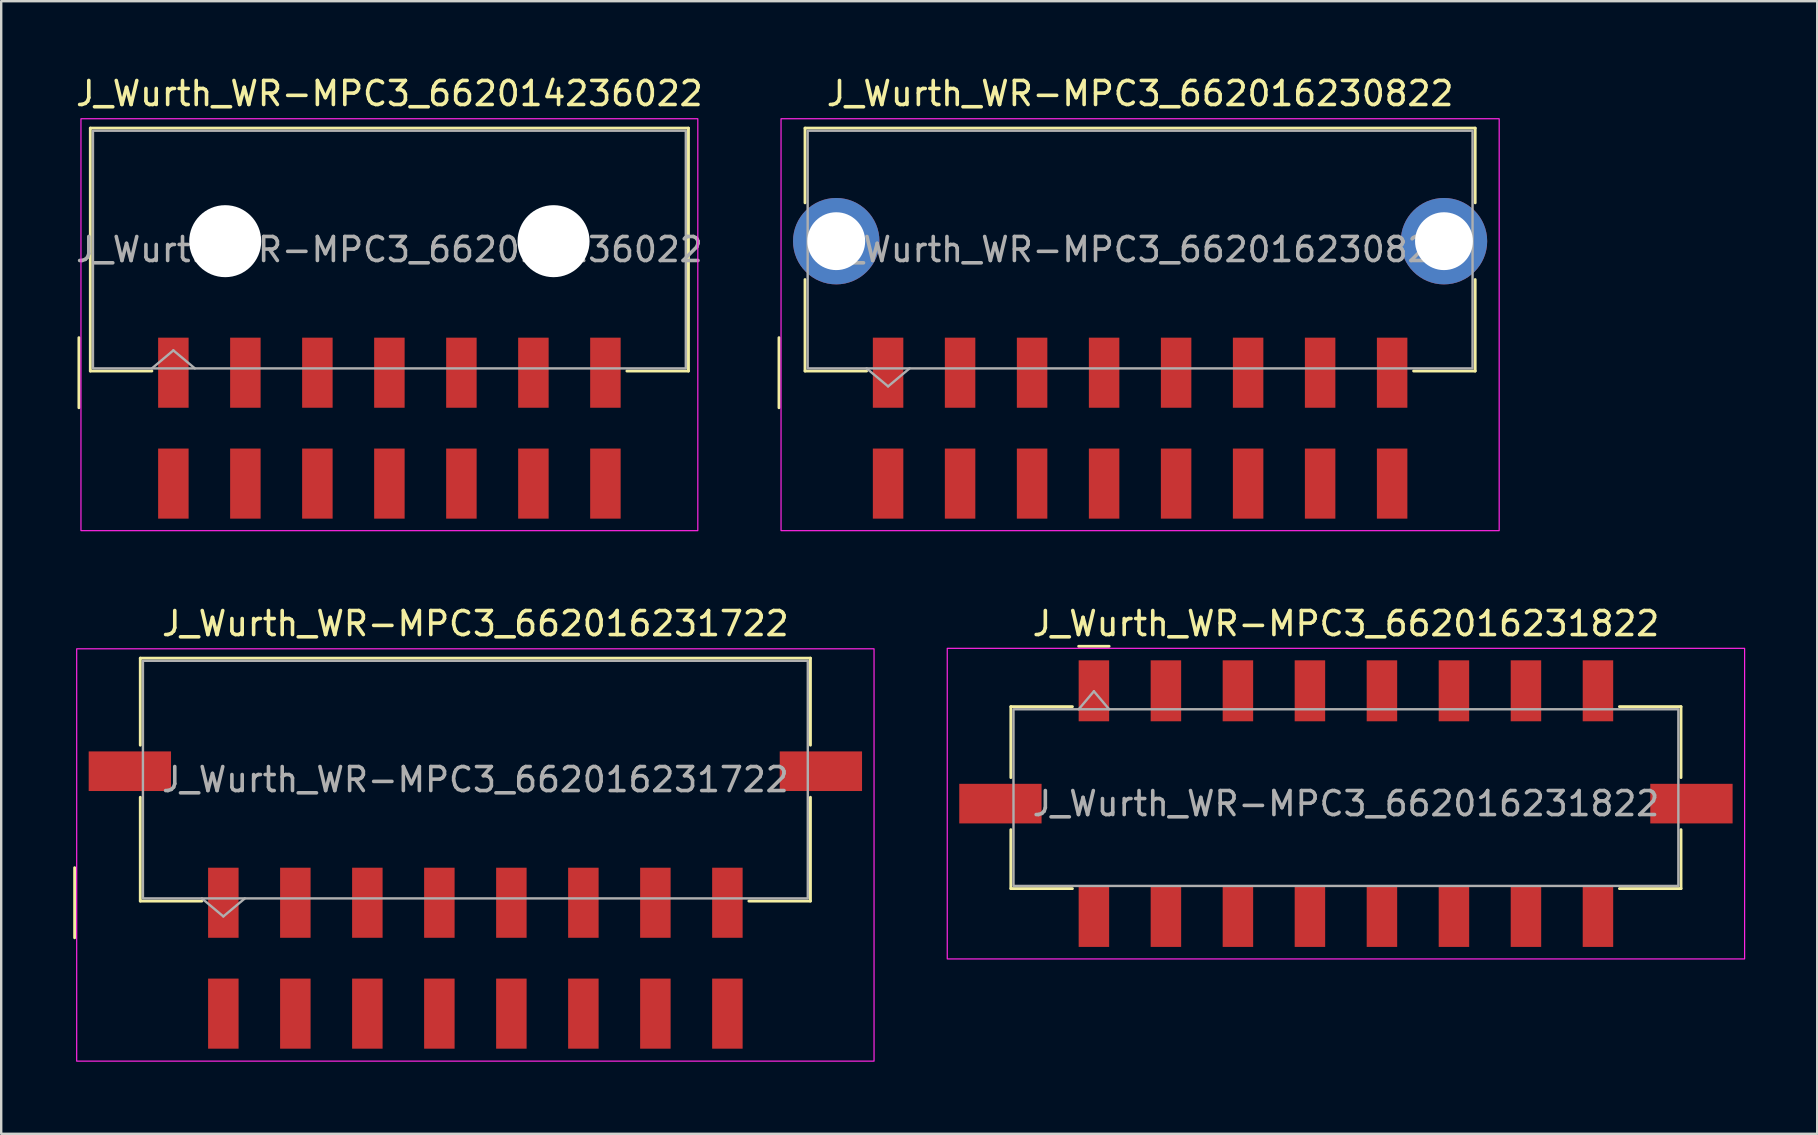
<source format=kicad_pcb>
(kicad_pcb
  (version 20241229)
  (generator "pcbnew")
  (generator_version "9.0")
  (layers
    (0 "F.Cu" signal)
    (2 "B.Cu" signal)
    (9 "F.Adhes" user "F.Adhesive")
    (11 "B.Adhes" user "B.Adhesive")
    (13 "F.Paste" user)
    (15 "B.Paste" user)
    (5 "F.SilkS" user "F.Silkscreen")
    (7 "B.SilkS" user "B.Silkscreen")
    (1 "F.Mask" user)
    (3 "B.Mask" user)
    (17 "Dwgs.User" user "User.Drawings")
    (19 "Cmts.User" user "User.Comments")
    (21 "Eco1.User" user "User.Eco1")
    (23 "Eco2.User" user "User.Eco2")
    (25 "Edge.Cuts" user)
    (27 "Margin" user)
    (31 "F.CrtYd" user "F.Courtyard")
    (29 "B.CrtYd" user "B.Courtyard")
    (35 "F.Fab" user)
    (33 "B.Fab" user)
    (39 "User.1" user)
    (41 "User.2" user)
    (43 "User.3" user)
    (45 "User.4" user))
  (footprint "J_Wurth_WR-MPC3_662014236022"
    (layer "F.Cu")
    (at 13.173 7.348)
    (property "Reference" "J_Wurth_WR-MPC3_662014236022" (at 0 -6.5 0) (unlocked yes) (layer "F.SilkS") (effects (font (size 1 1) (thickness 0.15))))
    (attr smd)
    (fp_line (start -12.935 3.67) (end -12.935 6.59) (stroke (width 0.12) (type solid)) (layer "F.SilkS"))
    (fp_line (start -12.46 -5.06) (end 12.46 -5.06) (stroke (width 0.12) (type default)) (layer "F.SilkS"))
    (fp_line (start -12.46 5.06) (end -12.46 -5.06) (stroke (width 0.12) (type default)) (layer "F.SilkS"))
    (fp_line (start -9.895 5.06) (end -12.46 5.06) (stroke (width 0.12) (type solid)) (layer "F.SilkS"))
    (fp_line (start 12.46 -5.06) (end 12.46 5.06) (stroke (width 0.12) (type default)) (layer "F.SilkS"))
    (fp_line (start 12.46 5.06) (end 9.895 5.06) (stroke (width 0.12) (type solid)) (layer "F.SilkS"))
    (fp_rect (start -12.85 -5.45) (end 12.85 11.71) (stroke (width 0.05) (type solid)) (fill no) (layer "F.CrtYd"))
    (fp_line (start -9 4.2) (end -9.895 4.95) (stroke (width 0.1) (type solid)) (layer "F.Fab"))
    (fp_line (start -9 4.2) (end -8.105 4.95) (stroke (width 0.1) (type solid)) (layer "F.Fab"))
    (fp_rect (start -12.35 -4.95) (end 12.35 4.95) (stroke (width 0.1) (type solid)) (fill no) (layer "F.Fab"))
    (fp_text user "${REFERENCE}" (at 0 0 0) (unlocked yes) (layer "F.Fab") (effects (font (size 1 1) (thickness 0.15))))
    (pad "" np_thru_hole circle (at -6.84 -0.35 180) (size 3 3) (drill 3) (layers "*.Cu" "*.Mask"))
    (pad "" np_thru_hole circle (at 6.84 -0.35 180) (size 3 3) (drill 3) (layers "*.Cu" "*.Mask"))
    (pad "1" smd rect (at -9 5.13 180) (size 1.27 2.92) (layers "F.Cu" "F.Mask" "F.Paste"))
    (pad "2" smd rect (at -6 5.13 180) (size 1.27 2.92) (layers "F.Cu" "F.Mask" "F.Paste"))
    (pad "3" smd rect (at -3 5.13 180) (size 1.27 2.92) (layers "F.Cu" "F.Mask" "F.Paste"))
    (pad "4" smd rect (at 0 5.13 180) (size 1.27 2.92) (layers "F.Cu" "F.Mask" "F.Paste"))
    (pad "5" smd rect (at 3 5.13 180) (size 1.27 2.92) (layers "F.Cu" "F.Mask" "F.Paste"))
    (pad "6" smd rect (at 6 5.13 180) (size 1.27 2.92) (layers "F.Cu" "F.Mask" "F.Paste"))
    (pad "7" smd rect (at 9 5.13 180) (size 1.27 2.92) (layers "F.Cu" "F.Mask" "F.Paste"))
    (pad "8" smd rect (at -9 9.75 180) (size 1.27 2.92) (layers "F.Cu" "F.Mask" "F.Paste"))
    (pad "9" smd rect (at -6 9.75 180) (size 1.27 2.92) (layers "F.Cu" "F.Mask" "F.Paste"))
    (pad "10" smd rect (at -3 9.75 180) (size 1.27 2.92) (layers "F.Cu" "F.Mask" "F.Paste"))
    (pad "11" smd rect (at 0 9.75 180) (size 1.27 2.92) (layers "F.Cu" "F.Mask" "F.Paste"))
    (pad "12" smd rect (at 3 9.75 180) (size 1.27 2.92) (layers "F.Cu" "F.Mask" "F.Paste"))
    (pad "13" smd rect (at 6 9.75 180) (size 1.27 2.92) (layers "F.Cu" "F.Mask" "F.Paste"))
    (pad "14" smd rect (at 9 9.75 180) (size 1.27 2.92) (layers "F.Cu" "F.Mask" "F.Paste")))
  (footprint "J_Wurth_WR-MPC3_662016231822"
    (layer "F.Cu")
    (at 53.025 30.431)
    (property "Reference" "J_Wurth_WR-MPC3_662016231822" (at 0 -7.5 0) (unlocked yes) (layer "F.SilkS") (effects (font (size 1 1) (thickness 0.15))))
    (attr smd)
    (fp_line (start -13.96 -4.04) (end -11.395 -4.04) (stroke (width 0.12) (type solid)) (layer "F.SilkS"))
    (fp_line (start -13.96 -1.085) (end -13.96 -4.04) (stroke (width 0.12) (type solid)) (layer "F.SilkS"))
    (fp_line (start -13.96 3.54) (end -13.96 1.085) (stroke (width 0.12) (type solid)) (layer "F.SilkS"))
    (fp_line (start -13.96 3.54) (end -11.395 3.54) (stroke (width 0.12) (type solid)) (layer "F.SilkS"))
    (fp_line (start -11.135 -6.555) (end -9.865 -6.555) (stroke (width 0.12) (type solid)) (layer "F.SilkS"))
    (fp_line (start 11.395 -4.04) (end 13.96 -4.04) (stroke (width 0.12) (type solid)) (layer "F.SilkS"))
    (fp_line (start 11.395 3.54) (end 13.96 3.54) (stroke (width 0.12) (type solid)) (layer "F.SilkS"))
    (fp_line (start 13.96 -1.085) (end 13.96 -4.04) (stroke (width 0.12) (type solid)) (layer "F.SilkS"))
    (fp_line (start 13.96 3.54) (end 13.96 1.085) (stroke (width 0.12) (type solid)) (layer "F.SilkS"))
    (fp_rect (start -16.61 -6.47) (end 16.61 6.47) (stroke (width 0.05) (type solid)) (fill no) (layer "F.CrtYd"))
    (fp_line (start -10.5 -4.68) (end -11.135 -3.93) (stroke (width 0.1) (type solid)) (layer "F.Fab"))
    (fp_line (start -10.5 -4.68) (end -9.865 -3.93) (stroke (width 0.1) (type solid)) (layer "F.Fab"))
    (fp_rect (start -13.85 -3.93) (end 13.85 3.43) (stroke (width 0.1) (type solid)) (fill no) (layer "F.Fab"))
    (fp_text user "${REFERENCE}" (at 0 0 0) (unlocked yes) (layer "F.Fab") (effects (font (size 1 1) (thickness 0.15))))
    (pad "1" smd rect (at -10.5 -4.7 180) (size 1.27 2.54) (layers "F.Cu" "F.Mask" "F.Paste"))
    (pad "2" smd rect (at -7.5 -4.7 180) (size 1.27 2.54) (layers "F.Cu" "F.Mask" "F.Paste"))
    (pad "3" smd rect (at -4.5 -4.7 180) (size 1.27 2.54) (layers "F.Cu" "F.Mask" "F.Paste"))
    (pad "4" smd rect (at -1.5 -4.7 180) (size 1.27 2.54) (layers "F.Cu" "F.Mask" "F.Paste"))
    (pad "5" smd rect (at 1.5 -4.7 180) (size 1.27 2.54) (layers "F.Cu" "F.Mask" "F.Paste"))
    (pad "6" smd rect (at 4.5 -4.7 180) (size 1.27 2.54) (layers "F.Cu" "F.Mask" "F.Paste"))
    (pad "7" smd rect (at 7.5 -4.7 180) (size 1.27 2.54) (layers "F.Cu" "F.Mask" "F.Paste"))
    (pad "8" smd rect (at 10.5 -4.7 180) (size 1.27 2.54) (layers "F.Cu" "F.Mask" "F.Paste"))
    (pad "9" smd rect (at -10.5 4.7 180) (size 1.27 2.54) (layers "F.Cu" "F.Mask" "F.Paste"))
    (pad "10" smd rect (at -7.5 4.7 180) (size 1.27 2.54) (layers "F.Cu" "F.Mask" "F.Paste"))
    (pad "11" smd rect (at -4.5 4.7 180) (size 1.27 2.54) (layers "F.Cu" "F.Mask" "F.Paste"))
    (pad "12" smd rect (at -1.5 4.7 180) (size 1.27 2.54) (layers "F.Cu" "F.Mask" "F.Paste"))
    (pad "13" smd rect (at 1.5 4.7 180) (size 1.27 2.54) (layers "F.Cu" "F.Mask" "F.Paste"))
    (pad "14" smd rect (at 4.5 4.7 180) (size 1.27 2.54) (layers "F.Cu" "F.Mask" "F.Paste"))
    (pad "15" smd rect (at 7.5 4.7 180) (size 1.27 2.54) (layers "F.Cu" "F.Mask" "F.Paste"))
    (pad "16" smd rect (at 10.5 4.7 180) (size 1.27 2.54) (layers "F.Cu" "F.Mask" "F.Paste"))
    (pad "MP1" smd rect (at 14.395 0 180) (size 3.43 1.65) (layers "F.Cu" "F.Mask" "F.Paste"))
    (pad "MP2" smd rect (at -14.395 0 180) (size 3.43 1.65) (layers "F.Cu" "F.Mask" "F.Paste")))
  (footprint "J_Wurth_WR-MPC3_662016230822"
    (layer "F.Cu")
    (at 44.45 7.348)
    (property "Reference" "J_Wurth_WR-MPC3_662016230822" (at 0 -6.5 0) (unlocked yes) (layer "F.SilkS") (effects (font (size 1 1) (thickness 0.15))))
    (attr smd)
    (fp_line (start -15.045 6.59) (end -15.045 3.67) (stroke (width 0.12) (type solid)) (layer "F.SilkS"))
    (fp_line (start -13.96 -5.06) (end 13.96 -5.06) (stroke (width 0.12) (type solid)) (layer "F.SilkS"))
    (fp_line (start -13.96 -1.948) (end -13.96 -5.06) (stroke (width 0.12) (type solid)) (layer "F.SilkS"))
    (fp_line (start -13.96 1.248) (end -13.96 5.06) (stroke (width 0.12) (type solid)) (layer "F.SilkS"))
    (fp_line (start -11.395 5.06) (end -13.96 5.06) (stroke (width 0.12) (type solid)) (layer "F.SilkS"))
    (fp_line (start 11.395 5.06) (end 13.96 5.06) (stroke (width 0.12) (type solid)) (layer "F.SilkS"))
    (fp_line (start 13.96 -1.948) (end 13.96 -5.06) (stroke (width 0.12) (type solid)) (layer "F.SilkS"))
    (fp_line (start 13.96 1.248) (end 13.96 5.06) (stroke (width 0.12) (type solid)) (layer "F.SilkS"))
    (fp_rect (start -14.96 -5.45) (end 14.96 11.71) (stroke (width 0.05) (type solid)) (fill no) (layer "F.CrtYd"))
    (fp_line (start -10.5 5.7) (end -11.395 4.95) (stroke (width 0.1) (type solid)) (layer "F.Fab"))
    (fp_line (start -10.5 5.7) (end -9.605 4.95) (stroke (width 0.1) (type solid)) (layer "F.Fab"))
    (fp_rect (start -13.85 -4.95) (end 13.85 4.95) (stroke (width 0.1) (type solid)) (fill no) (layer "F.Fab"))
    (fp_text user "${REFERENCE}" (at 0 0 0) (unlocked yes) (layer "F.Fab") (effects (font (size 1 1) (thickness 0.15))))
    (pad "1" smd rect (at -10.5 5.13 270) (size 2.92 1.27) (layers "F.Cu" "F.Mask" "F.Paste"))
    (pad "2" smd rect (at -7.5 5.13 270) (size 2.92 1.27) (layers "F.Cu" "F.Mask" "F.Paste"))
    (pad "3" smd rect (at -4.5 5.13 270) (size 2.92 1.27) (layers "F.Cu" "F.Mask" "F.Paste"))
    (pad "4" smd rect (at -1.5 5.13 270) (size 2.92 1.27) (layers "F.Cu" "F.Mask" "F.Paste"))
    (pad "5" smd rect (at 1.5 5.13 270) (size 2.92 1.27) (layers "F.Cu" "F.Mask" "F.Paste"))
    (pad "6" smd rect (at 4.5 5.13 270) (size 2.92 1.27) (layers "F.Cu" "F.Mask" "F.Paste"))
    (pad "7" smd rect (at 7.5 5.13 270) (size 2.92 1.27) (layers "F.Cu" "F.Mask" "F.Paste"))
    (pad "8" smd rect (at 10.5 5.13 270) (size 2.92 1.27) (layers "F.Cu" "F.Mask" "F.Paste"))
    (pad "9" smd rect (at -10.5 9.75 270) (size 2.92 1.27) (layers "F.Cu" "F.Mask" "F.Paste"))
    (pad "10" smd rect (at -7.5 9.75 270) (size 2.92 1.27) (layers "F.Cu" "F.Mask" "F.Paste"))
    (pad "11" smd rect (at -4.5 9.75 270) (size 2.92 1.27) (layers "F.Cu" "F.Mask" "F.Paste"))
    (pad "12" smd rect (at -1.5 9.75 270) (size 2.92 1.27) (layers "F.Cu" "F.Mask" "F.Paste"))
    (pad "13" smd rect (at 1.5 9.75 270) (size 2.92 1.27) (layers "F.Cu" "F.Mask" "F.Paste"))
    (pad "14" smd rect (at 4.5 9.75 270) (size 2.92 1.27) (layers "F.Cu" "F.Mask" "F.Paste"))
    (pad "15" smd rect (at 7.5 9.75 270) (size 2.92 1.27) (layers "F.Cu" "F.Mask" "F.Paste"))
    (pad "16" smd rect (at 10.5 9.75 270) (size 2.92 1.27) (layers "F.Cu" "F.Mask" "F.Paste"))
    (pad "Z1" thru_hole circle (at 12.66 -0.35 180) (size 3.6 3.6) (drill 2.41) (layers "*.Cu" "*.Mask"))
    (pad "Z2" thru_hole circle (at -12.66 -0.35 180) (size 3.6 3.6) (drill 2.41) (layers "*.Cu" "*.Mask")))
  (footprint "J_Wurth_WR-MPC3_662016231722"
    (layer "F.Cu")
    (at 16.755 29.431)
    (property "Reference" "J_Wurth_WR-MPC3_662016231722" (at 0 -6.5 0) (unlocked yes) (layer "F.SilkS") (effects (font (size 1 1) (thickness 0.15))))
    (attr smd)
    (fp_line (start -16.695 6.59) (end -16.695 3.67) (stroke (width 0.12) (type solid)) (layer "F.SilkS"))
    (fp_line (start -13.96 -5.06) (end -13.96 -1.435) (stroke (width 0.12) (type solid)) (layer "F.SilkS"))
    (fp_line (start -13.96 -5.06) (end 13.96 -5.06) (stroke (width 0.12) (type default)) (layer "F.SilkS"))
    (fp_line (start -13.96 0.735) (end -13.96 5.06) (stroke (width 0.12) (type solid)) (layer "F.SilkS"))
    (fp_line (start -11.395 5.06) (end -13.96 5.06) (stroke (width 0.12) (type solid)) (layer "F.SilkS"))
    (fp_line (start 13.96 -5.06) (end 13.96 -1.435) (stroke (width 0.12) (type solid)) (layer "F.SilkS"))
    (fp_line (start 13.96 0.735) (end 13.96 5.06) (stroke (width 0.12) (type solid)) (layer "F.SilkS"))
    (fp_line (start 13.96 5.06) (end 11.395 5.06) (stroke (width 0.12) (type solid)) (layer "F.SilkS"))
    (fp_rect (start -16.61 -5.45) (end 16.61 11.73) (stroke (width 0.05) (type solid)) (fill no) (layer "F.CrtYd"))
    (fp_line (start -10.5 5.7) (end -11.395 4.95) (stroke (width 0.1) (type solid)) (layer "F.Fab"))
    (fp_line (start -10.5 5.7) (end -9.605 4.95) (stroke (width 0.1) (type solid)) (layer "F.Fab"))
    (fp_rect (start -13.85 -4.95) (end 13.85 4.95) (stroke (width 0.1) (type solid)) (fill no) (layer "F.Fab"))
    (fp_text user "${REFERENCE}" (at 0 0 0) (unlocked yes) (layer "F.Fab") (effects (font (size 1 1) (thickness 0.15))))
    (pad "1" smd rect (at -10.5 5.13 180) (size 1.27 2.92) (layers "F.Cu" "F.Mask" "F.Paste"))
    (pad "2" smd rect (at -7.5 5.13 180) (size 1.27 2.92) (layers "F.Cu" "F.Mask" "F.Paste"))
    (pad "3" smd rect (at -4.5 5.13 180) (size 1.27 2.92) (layers "F.Cu" "F.Mask" "F.Paste"))
    (pad "4" smd rect (at -1.5 5.13 180) (size 1.27 2.92) (layers "F.Cu" "F.Mask" "F.Paste"))
    (pad "5" smd rect (at 1.5 5.13 180) (size 1.27 2.92) (layers "F.Cu" "F.Mask" "F.Paste"))
    (pad "6" smd rect (at 4.5 5.13 180) (size 1.27 2.92) (layers "F.Cu" "F.Mask" "F.Paste"))
    (pad "7" smd rect (at 7.5 5.13 180) (size 1.27 2.92) (layers "F.Cu" "F.Mask" "F.Paste"))
    (pad "8" smd rect (at 10.5 5.13 180) (size 1.27 2.92) (layers "F.Cu" "F.Mask" "F.Paste"))
    (pad "9" smd rect (at -10.5 9.75 180) (size 1.27 2.92) (layers "F.Cu" "F.Mask" "F.Paste"))
    (pad "10" smd rect (at -7.5 9.75 180) (size 1.27 2.92) (layers "F.Cu" "F.Mask" "F.Paste"))
    (pad "11" smd rect (at -4.5 9.75 180) (size 1.27 2.92) (layers "F.Cu" "F.Mask" "F.Paste"))
    (pad "12" smd rect (at -1.5 9.75 180) (size 1.27 2.92) (layers "F.Cu" "F.Mask" "F.Paste"))
    (pad "13" smd rect (at 1.5 9.75 180) (size 1.27 2.92) (layers "F.Cu" "F.Mask" "F.Paste"))
    (pad "14" smd rect (at 4.5 9.75 180) (size 1.27 2.92) (layers "F.Cu" "F.Mask" "F.Paste"))
    (pad "15" smd rect (at 7.5 9.75 180) (size 1.27 2.92) (layers "F.Cu" "F.Mask" "F.Paste"))
    (pad "16" smd rect (at 10.5 9.75 180) (size 1.27 2.92) (layers "F.Cu" "F.Mask" "F.Paste"))
    (pad "MP1" smd rect (at 14.395 -0.35 180) (size 3.43 1.65) (layers "F.Cu" "F.Mask" "F.Paste"))
    (pad "MP2" smd rect (at -14.395 -0.35 180) (size 3.43 1.65) (layers "F.Cu" "F.Mask" "F.Paste")))
  (gr_rect
    (start -3 -3)
    (end 72.66 44.187)
    (stroke (width 0.1) (type default))
    (fill no)
    (layer "Edge.Cuts")))
</source>
